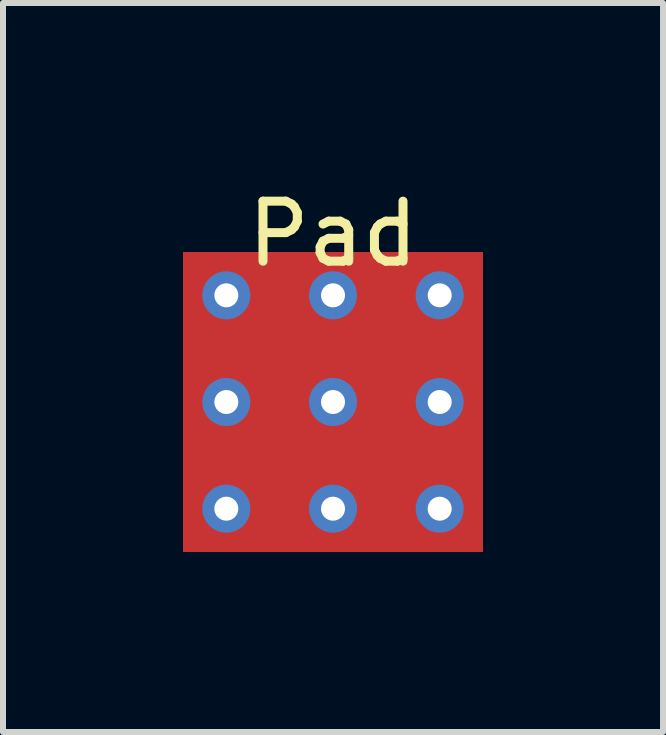
<source format=kicad_pcb>
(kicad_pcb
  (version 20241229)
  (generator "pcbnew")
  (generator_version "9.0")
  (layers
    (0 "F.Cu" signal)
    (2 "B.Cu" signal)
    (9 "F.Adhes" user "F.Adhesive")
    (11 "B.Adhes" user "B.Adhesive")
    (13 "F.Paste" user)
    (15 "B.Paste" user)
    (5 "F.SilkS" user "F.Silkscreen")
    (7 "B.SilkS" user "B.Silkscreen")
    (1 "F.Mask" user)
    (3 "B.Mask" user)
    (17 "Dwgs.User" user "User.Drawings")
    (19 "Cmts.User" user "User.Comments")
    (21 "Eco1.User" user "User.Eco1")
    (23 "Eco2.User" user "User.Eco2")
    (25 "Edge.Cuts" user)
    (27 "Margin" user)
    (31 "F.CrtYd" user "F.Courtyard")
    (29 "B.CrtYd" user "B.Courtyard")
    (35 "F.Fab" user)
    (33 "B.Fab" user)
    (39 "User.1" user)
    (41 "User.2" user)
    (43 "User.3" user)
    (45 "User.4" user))
  (footprint "Pad"
    (layer "F.Cu")
    (at 2.5 3.65)
    (property "Reference" "Pad" (at 0 -2.802 0) (layer "F.SilkS") (effects (font (size 1 1) (thickness 0.15))))
    (attr through_hole)
    (pad "1" thru_hole circle (at -1.778 -1.778) (size 0.8 0.8) (drill 0.4) (layers "*.Cu" "*.Mask"))
    (pad "1" thru_hole circle (at -1.778 0) (size 0.8 0.8) (drill 0.4) (layers "*.Cu" "*.Mask"))
    (pad "1" thru_hole circle (at -1.778 1.778) (size 0.8 0.8) (drill 0.4) (layers "*.Cu" "*.Mask"))
    (pad "1" thru_hole circle (at 0 -1.778) (size 0.8 0.8) (drill 0.4) (layers "*.Cu" "*.Mask"))
    (pad "1" thru_hole circle (at 0 0) (size 0.8 0.8) (drill 0.4) (layers "*.Cu" "*.Mask"))
    (pad "1" smd rect (at 0 0) (size 5 5) (layers "F.Cu" "F.Mask" "F.Paste"))
    (pad "1" thru_hole circle (at 0 1.778) (size 0.8 0.8) (drill 0.4) (layers "*.Cu" "*.Mask"))
    (pad "1" thru_hole circle (at 1.778 -1.778) (size 0.8 0.8) (drill 0.4) (layers "*.Cu" "*.Mask"))
    (pad "1" thru_hole circle (at 1.778 0) (size 0.8 0.8) (drill 0.4) (layers "*.Cu" "*.Mask"))
    (pad "1" thru_hole circle (at 1.778 1.778) (size 0.8 0.8) (drill 0.4) (layers "*.Cu" "*.Mask")))
  (gr_rect
    (start -3 -3)
    (end 8 9.15)
    (stroke (width 0.1) (type default))
    (fill no)
    (layer "Edge.Cuts")))
</source>
